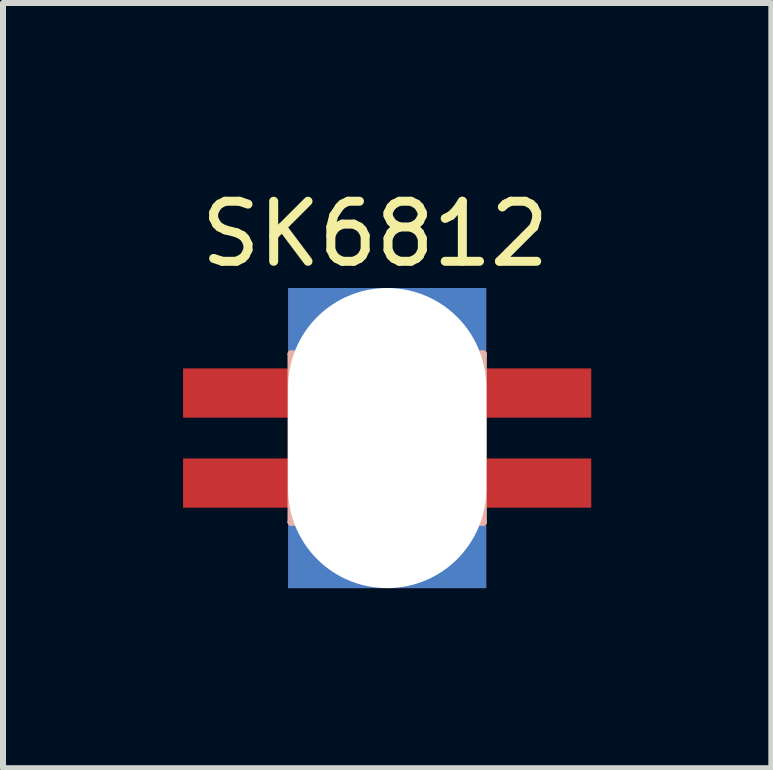
<source format=kicad_pcb>
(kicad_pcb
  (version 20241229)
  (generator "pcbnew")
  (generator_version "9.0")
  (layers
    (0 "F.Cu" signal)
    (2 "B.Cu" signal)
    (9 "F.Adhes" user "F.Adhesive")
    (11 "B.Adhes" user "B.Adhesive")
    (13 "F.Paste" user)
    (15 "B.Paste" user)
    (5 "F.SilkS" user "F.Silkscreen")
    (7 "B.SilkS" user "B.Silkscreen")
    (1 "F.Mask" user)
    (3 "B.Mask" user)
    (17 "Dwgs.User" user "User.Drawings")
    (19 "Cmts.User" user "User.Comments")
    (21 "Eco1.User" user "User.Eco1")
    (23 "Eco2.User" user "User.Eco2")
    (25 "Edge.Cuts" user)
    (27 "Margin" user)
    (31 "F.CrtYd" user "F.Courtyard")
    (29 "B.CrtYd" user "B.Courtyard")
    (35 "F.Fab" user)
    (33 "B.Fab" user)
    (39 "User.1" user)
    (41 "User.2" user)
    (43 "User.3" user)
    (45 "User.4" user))
  (footprint "SK6812"
    (layer "F.Cu")
    (at 0.9 4.248)
    (property "Reference" "SK6812" (at 2.3 -3.4 0) (layer "F.SilkS") (effects (font (size 1 1) (thickness 0.15))))
    (attr through_hole)
    (fp_line (start 0.9 -1.4) (end 0.9 1.4) (stroke (width 0.12) (type solid)) (layer "B.SilkS"))
    (fp_line (start 0.9 -1.4) (end 4.1 -1.4) (stroke (width 0.12) (type solid)) (layer "B.SilkS"))
    (fp_line (start 0.9 1.4) (end 4.1 1.4) (stroke (width 0.12) (type solid)) (layer "B.SilkS"))
    (fp_line (start 4.1 -1.4) (end 4.1 1.4) (stroke (width 0.12) (type solid)) (layer "B.SilkS"))
    (pad "" np_thru_hole custom (at 2.5 0) (size 3.3 5) (drill oval 3.3 5) (layers "*.Cu" "*.Mask") (options (anchor rect)) (primitives))
    (pad "1" smd rect (at 5 -0.75) (size 1.8 0.82) (layers "F.Cu" "F.Mask" "F.Paste"))
    (pad "2" smd rect (at 5 0.75) (size 1.8 0.82) (layers "F.Cu" "F.Mask" "F.Paste"))
    (pad "3" smd rect (at 0 0.75) (size 1.8 0.82) (layers "F.Cu" "F.Mask" "F.Paste"))
    (pad "4" smd rect (at 0 -0.75) (size 1.8 0.82) (layers "F.Cu" "F.Mask" "F.Paste")))
  (gr_rect
    (start -3 -3)
    (end 9.8 9.748)
    (stroke (width 0.1) (type default))
    (fill no)
    (layer "Edge.Cuts")))
</source>
